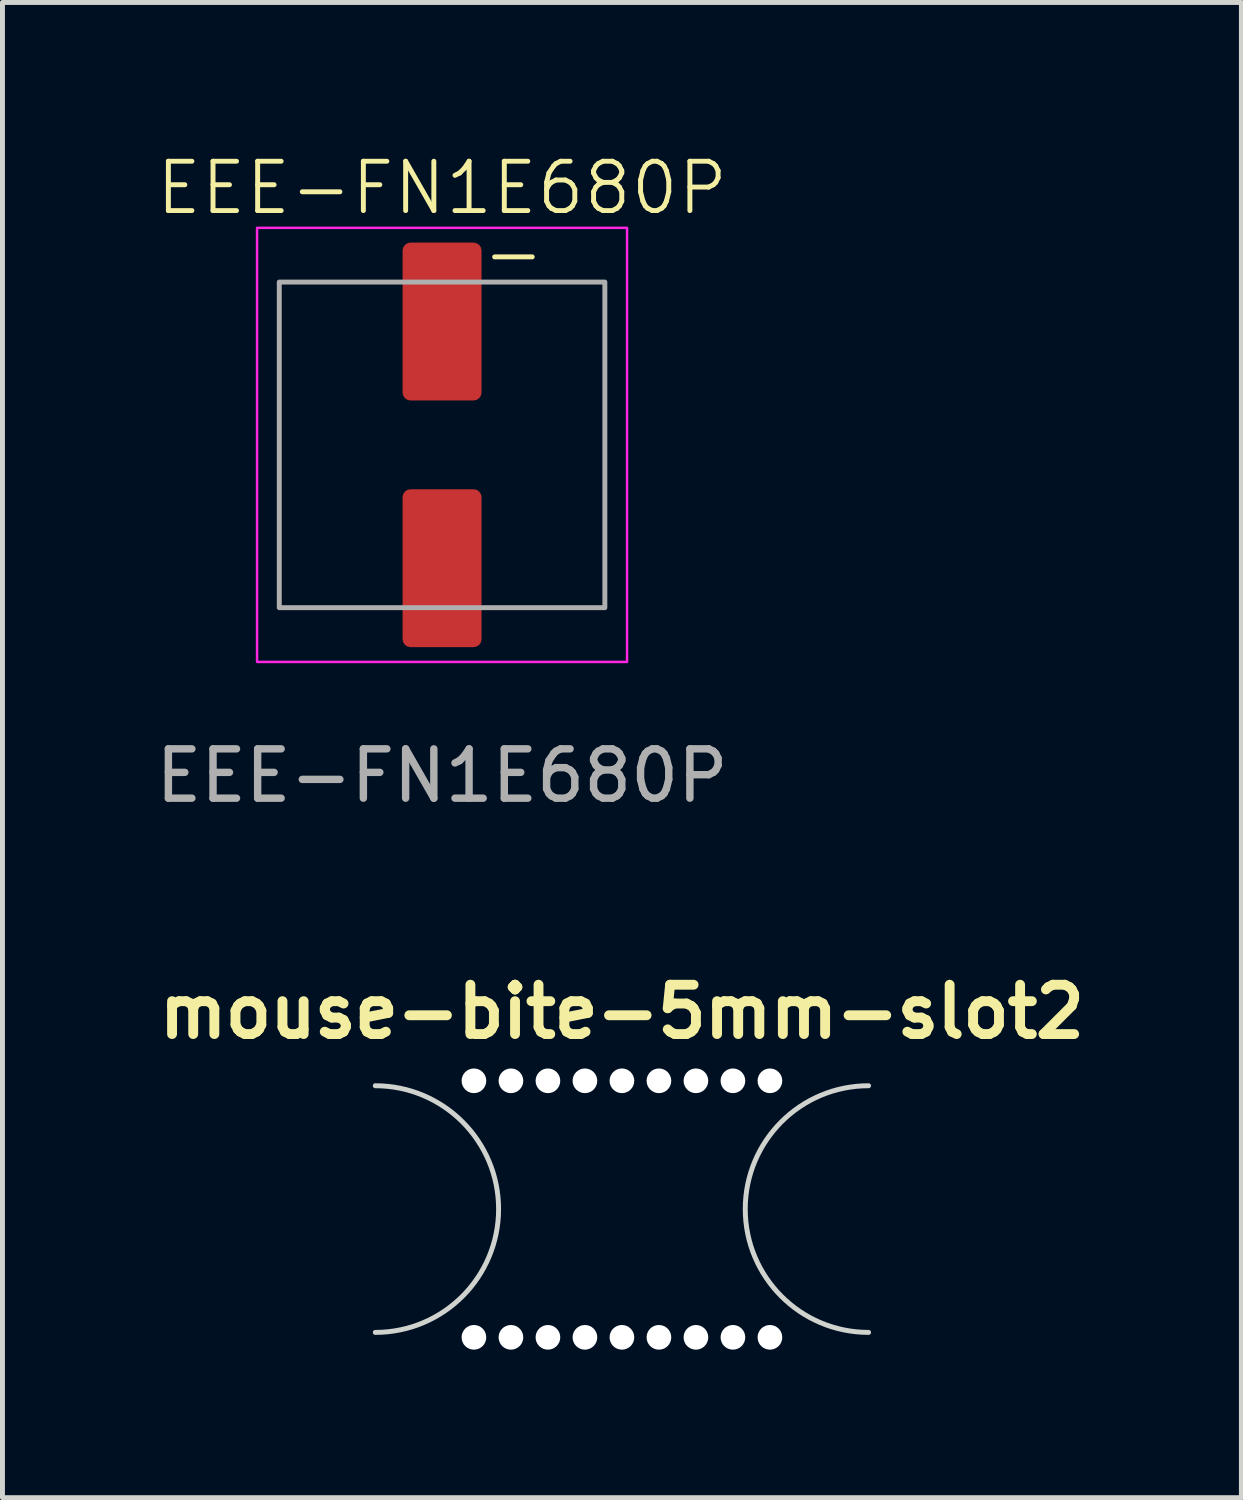
<source format=kicad_pcb>
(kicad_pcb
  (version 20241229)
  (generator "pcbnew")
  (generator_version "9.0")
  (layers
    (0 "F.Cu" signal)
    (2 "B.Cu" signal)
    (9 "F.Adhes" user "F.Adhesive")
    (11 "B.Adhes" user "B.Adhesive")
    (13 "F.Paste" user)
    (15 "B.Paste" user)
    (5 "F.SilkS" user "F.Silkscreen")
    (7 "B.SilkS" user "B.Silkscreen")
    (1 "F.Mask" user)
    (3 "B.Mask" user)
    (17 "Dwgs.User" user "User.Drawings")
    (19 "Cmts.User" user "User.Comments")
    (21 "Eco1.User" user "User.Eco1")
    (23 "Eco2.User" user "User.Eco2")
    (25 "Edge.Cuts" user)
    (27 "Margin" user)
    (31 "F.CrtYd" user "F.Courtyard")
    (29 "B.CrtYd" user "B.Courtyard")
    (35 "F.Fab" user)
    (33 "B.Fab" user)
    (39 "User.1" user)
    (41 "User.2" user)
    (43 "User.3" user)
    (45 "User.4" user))
  (footprint "mouse-bite-5mm-slot2"
    (layer "F.Cu")
    (at 9.557 21.459)
    (property "Reference" "mouse-bite-5mm-slot2" (at 0 -4 0) (layer "F.SilkS") (effects (font (size 1 1) (thickness 0.2))))
    (attr through_hole)
    (fp_arc (start -5 -2.5) (mid -2.5 0) (end -5 2.5) (stroke (width 0.1) (type solid)) (layer "Edge.Cuts"))
    (fp_arc (start 5 2.5) (mid 2.5 0) (end 5 -2.5) (stroke (width 0.1) (type solid)) (layer "Edge.Cuts"))
    (pad "" np_thru_hole circle (at -3 -2.6) (size 0.5 0.5) (drill 0.5) (layers "*.Cu" "*.Mask"))
    (pad "" np_thru_hole circle (at -3 2.6) (size 0.5 0.5) (drill 0.5) (layers "*.Cu" "*.Mask"))
    (pad "" np_thru_hole circle (at -2.25 -2.6) (size 0.5 0.5) (drill 0.5) (layers "*.Cu" "*.Mask"))
    (pad "" np_thru_hole circle (at -2.25 2.6) (size 0.5 0.5) (drill 0.5) (layers "*.Cu" "*.Mask"))
    (pad "" np_thru_hole circle (at -1.5 -2.6) (size 0.5 0.5) (drill 0.5) (layers "*.Cu" "*.Mask"))
    (pad "" np_thru_hole circle (at -1.5 2.6) (size 0.5 0.5) (drill 0.5) (layers "*.Cu" "*.Mask"))
    (pad "" np_thru_hole circle (at -0.75 -2.6) (size 0.5 0.5) (drill 0.5) (layers "*.Cu" "*.Mask"))
    (pad "" np_thru_hole circle (at -0.75 2.6) (size 0.5 0.5) (drill 0.5) (layers "*.Cu" "*.Mask"))
    (pad "" np_thru_hole circle (at 0 -2.6) (size 0.5 0.5) (drill 0.5) (layers "*.Cu" "*.Mask"))
    (pad "" np_thru_hole circle (at 0 2.6) (size 0.5 0.5) (drill 0.5) (layers "*.Cu" "*.Mask"))
    (pad "" np_thru_hole circle (at 0.75 -2.6) (size 0.5 0.5) (drill 0.5) (layers "*.Cu" "*.Mask"))
    (pad "" np_thru_hole circle (at 0.75 2.6) (size 0.5 0.5) (drill 0.5) (layers "*.Cu" "*.Mask"))
    (pad "" np_thru_hole circle (at 1.5 -2.6) (size 0.5 0.5) (drill 0.5) (layers "*.Cu" "*.Mask"))
    (pad "" np_thru_hole circle (at 1.5 2.6) (size 0.5 0.5) (drill 0.5) (layers "*.Cu" "*.Mask"))
    (pad "" np_thru_hole circle (at 2.25 -2.6) (size 0.5 0.5) (drill 0.5) (layers "*.Cu" "*.Mask"))
    (pad "" np_thru_hole circle (at 2.25 2.6) (size 0.5 0.5) (drill 0.5) (layers "*.Cu" "*.Mask"))
    (pad "" np_thru_hole circle (at 3 -2.6) (size 0.5 0.5) (drill 0.5) (layers "*.Cu" "*.Mask"))
    (pad "" np_thru_hole circle (at 3 2.6) (size 0.5 0.5) (drill 0.5) (layers "*.Cu" "*.Mask")))
  (footprint "EEE-FN1E680P"
    (layer "F.Cu")
    (at 5.911 5.968)
    (property "Reference" "EEE-FN1E680P" (at 0 -5.207 0) (unlocked yes) (layer "F.SilkS") (effects (font (size 1 1) (thickness 0.1))))
    (attr smd)
    (fp_rect (start -3.75 -4.4) (end 3.75 4.4) (stroke (width 0.05) (type default)) (fill no) (layer "F.CrtYd"))
    (fp_rect (start -3.3 -3.3) (end 3.3 3.3) (stroke (width 0.1) (type default)) (fill no) (layer "F.Fab"))
    (fp_text user "-" (at 0.762 -3.302 0) (unlocked yes) (layer "F.SilkS") (effects (font (size 1 1) (thickness 0.1)) (justify left bottom)))
    (fp_text user "${REFERENCE}" (at 0 6.707 0) (unlocked yes) (layer "F.Fab") (effects (font (size 1 1) (thickness 0.15))))
    (pad "1" smd roundrect (at 0 2.5) (size 1.6 3.2) (layers "F.Cu" "F.Mask" "F.Paste") (roundrect_rratio 0.1))
    (pad "2" smd roundrect (at 0 -2.5) (size 1.6 3.2) (layers "F.Cu" "F.Mask" "F.Paste") (roundrect_rratio 0.1)))
  (gr_rect
    (start -3 -3)
    (end 22.114 27.309)
    (stroke (width 0.1) (type default))
    (fill no)
    (layer "Edge.Cuts")))
</source>
